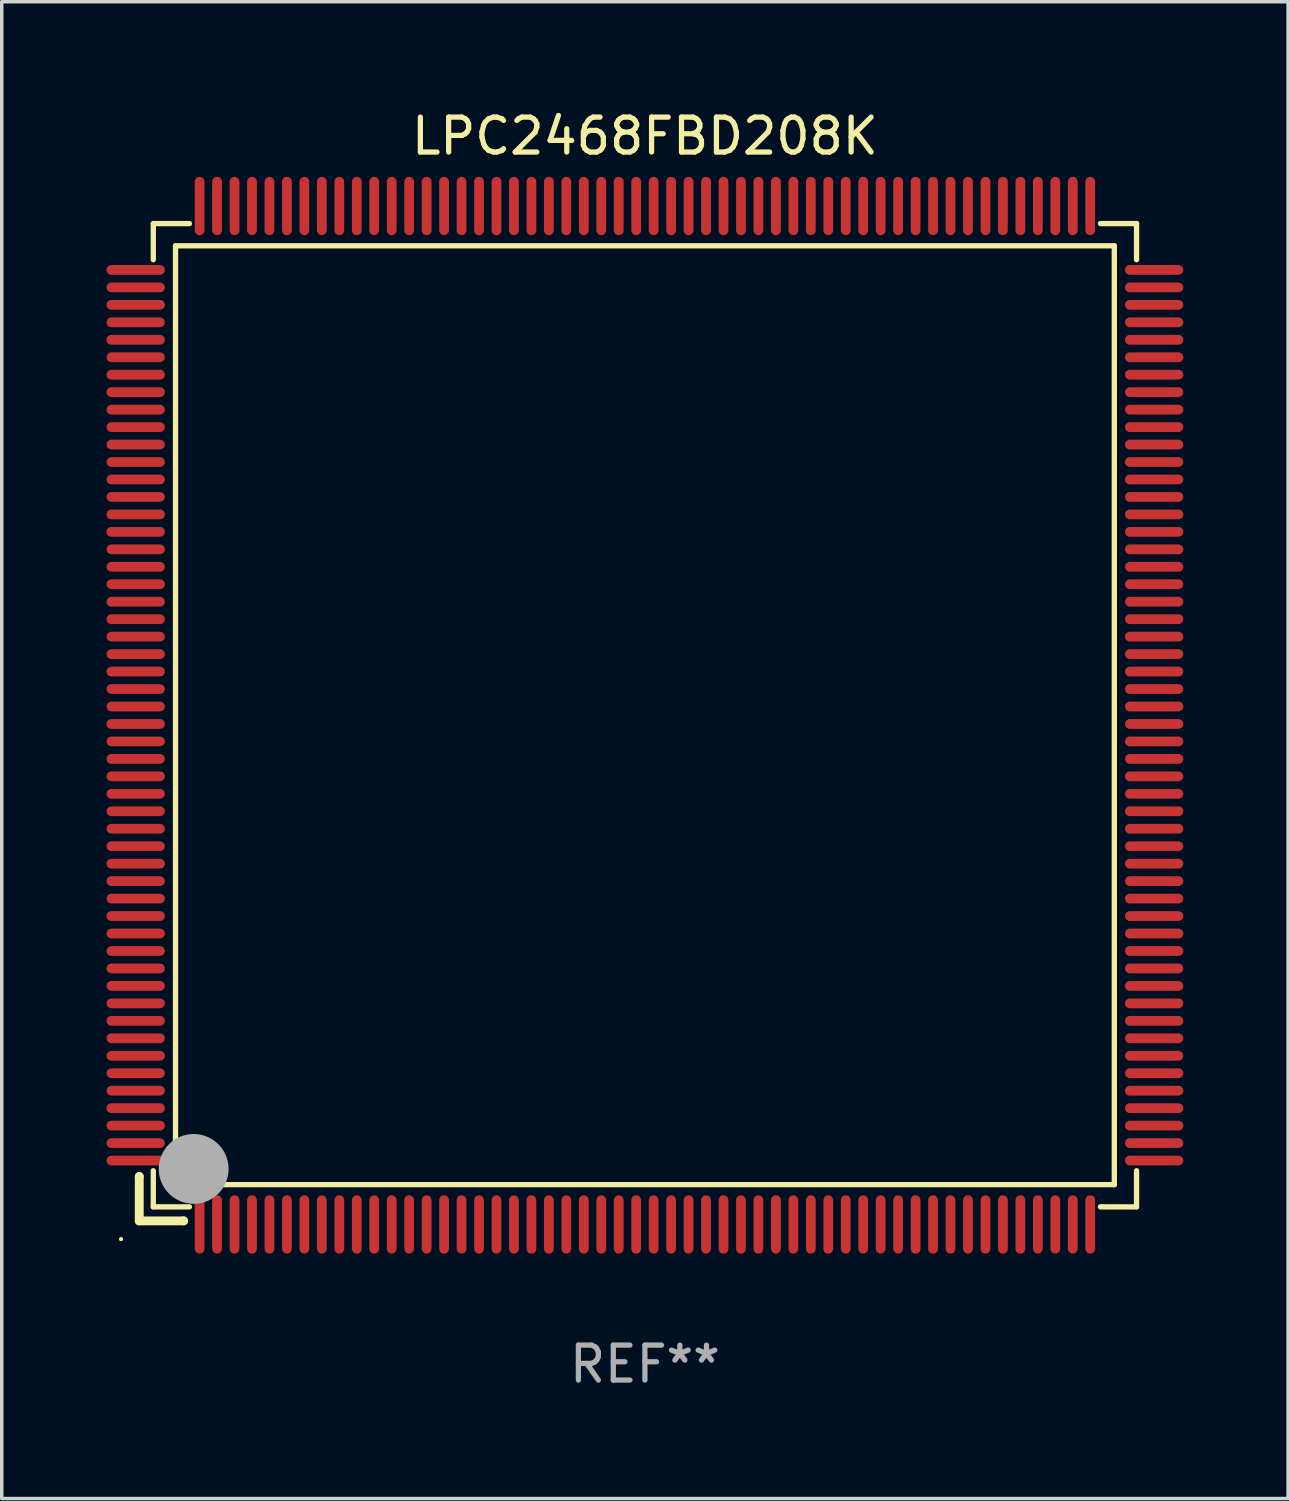
<source format=kicad_pcb>
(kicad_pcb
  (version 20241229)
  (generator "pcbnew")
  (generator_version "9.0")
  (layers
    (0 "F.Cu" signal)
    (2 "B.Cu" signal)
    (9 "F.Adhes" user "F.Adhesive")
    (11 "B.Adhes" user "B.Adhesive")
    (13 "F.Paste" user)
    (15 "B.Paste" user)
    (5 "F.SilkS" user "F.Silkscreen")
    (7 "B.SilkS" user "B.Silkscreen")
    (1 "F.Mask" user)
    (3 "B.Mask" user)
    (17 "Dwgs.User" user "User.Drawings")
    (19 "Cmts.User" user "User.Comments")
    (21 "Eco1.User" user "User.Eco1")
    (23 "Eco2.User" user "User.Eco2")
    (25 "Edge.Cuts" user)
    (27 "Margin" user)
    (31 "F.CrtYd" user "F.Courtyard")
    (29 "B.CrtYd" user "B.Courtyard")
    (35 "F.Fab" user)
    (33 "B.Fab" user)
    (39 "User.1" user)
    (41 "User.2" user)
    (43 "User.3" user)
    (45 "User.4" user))
  (footprint "LPC2468FBD208K"
    (layer "F.Cu")
    (at 15.415 17.428)
    (property "Reference" "LPC2468FBD208K" (at 0 -16.58 0) (layer "F.SilkS") (effects (font (size 1 1) (thickness 0.15))))
    (attr through_hole)
    (fp_line (start -14.478 13.208) (end -14.478 13.208) (stroke (width 0.254) (type solid)) (layer "F.SilkS"))
    (fp_line (start -14.478 13.208) (end -14.478 14.478) (stroke (width 0.254) (type solid)) (layer "F.SilkS"))
    (fp_line (start -14.478 14.478) (end -13.208 14.478) (stroke (width 0.254) (type solid)) (layer "F.SilkS"))
    (fp_line (start -14.076 -14.076) (end -14.076 -13.042) (stroke (width 0.152) (type solid)) (layer "F.SilkS"))
    (fp_line (start -14.076 14.076) (end -14.076 13.042) (stroke (width 0.152) (type solid)) (layer "F.SilkS"))
    (fp_line (start -13.44 -13.44) (end 13.44 -13.44) (stroke (width 0.152) (type solid)) (layer "F.SilkS"))
    (fp_line (start -13.44 13.44) (end -13.44 -13.44) (stroke (width 0.152) (type solid)) (layer "F.SilkS"))
    (fp_line (start -13.208 14.478) (end -13.208 14.478) (stroke (width 0.254) (type solid)) (layer "F.SilkS"))
    (fp_line (start -13.042 -14.076) (end -14.076 -14.076) (stroke (width 0.152) (type solid)) (layer "F.SilkS"))
    (fp_line (start -13.042 14.076) (end -14.076 14.076) (stroke (width 0.152) (type solid)) (layer "F.SilkS"))
    (fp_line (start 13.042 -14.076) (end 14.076 -14.076) (stroke (width 0.152) (type solid)) (layer "F.SilkS"))
    (fp_line (start 13.042 14.076) (end 14.076 14.076) (stroke (width 0.152) (type solid)) (layer "F.SilkS"))
    (fp_line (start 13.44 -13.44) (end 13.44 13.44) (stroke (width 0.152) (type solid)) (layer "F.SilkS"))
    (fp_line (start 13.44 13.44) (end -13.44 13.44) (stroke (width 0.152) (type solid)) (layer "F.SilkS"))
    (fp_line (start 14.076 -14.076) (end 14.076 -13.042) (stroke (width 0.152) (type solid)) (layer "F.SilkS"))
    (fp_line (start 14.076 14.076) (end 14.076 13.042) (stroke (width 0.152) (type solid)) (layer "F.SilkS"))
    (fp_circle (center -15 15) (end -14.97 15) (stroke (width 0.06) (type solid)) (fill no) (layer "F.SilkS"))
    (fp_circle (center -13.138 13.138) (end -13.063 13.138) (stroke (width 0.15) (type solid)) (fill no) (layer "F.SilkS"))
    (fp_circle (center -12.92 12.99) (end -12.42 12.99) (stroke (width 1) (type solid)) (fill no) (layer "F.Fab"))
    (fp_text user "REF**" (at 0 18.58 0) (layer "F.Fab") (effects (font (size 1 1) (thickness 0.15))))
    (pad "1" smd oval (at -12.75 14.58) (size 0.28 1.67) (layers "F.Cu" "F.Mask" "F.Paste"))
    (pad "2" smd oval (at -12.25 14.58) (size 0.28 1.67) (layers "F.Cu" "F.Mask" "F.Paste"))
    (pad "3" smd oval (at -11.75 14.58) (size 0.28 1.67) (layers "F.Cu" "F.Mask" "F.Paste"))
    (pad "4" smd oval (at -11.25 14.58) (size 0.28 1.67) (layers "F.Cu" "F.Mask" "F.Paste"))
    (pad "5" smd oval (at -10.75 14.58) (size 0.28 1.67) (layers "F.Cu" "F.Mask" "F.Paste"))
    (pad "6" smd oval (at -10.25 14.58) (size 0.28 1.67) (layers "F.Cu" "F.Mask" "F.Paste"))
    (pad "7" smd oval (at -9.75 14.58) (size 0.28 1.67) (layers "F.Cu" "F.Mask" "F.Paste"))
    (pad "8" smd oval (at -9.25 14.58) (size 0.28 1.67) (layers "F.Cu" "F.Mask" "F.Paste"))
    (pad "9" smd oval (at -8.75 14.58) (size 0.28 1.67) (layers "F.Cu" "F.Mask" "F.Paste"))
    (pad "10" smd oval (at -8.25 14.58) (size 0.28 1.67) (layers "F.Cu" "F.Mask" "F.Paste"))
    (pad "11" smd oval (at -7.75 14.58) (size 0.28 1.67) (layers "F.Cu" "F.Mask" "F.Paste"))
    (pad "12" smd oval (at -7.25 14.58) (size 0.28 1.67) (layers "F.Cu" "F.Mask" "F.Paste"))
    (pad "13" smd oval (at -6.75 14.58) (size 0.28 1.67) (layers "F.Cu" "F.Mask" "F.Paste"))
    (pad "14" smd oval (at -6.25 14.58) (size 0.28 1.67) (layers "F.Cu" "F.Mask" "F.Paste"))
    (pad "15" smd oval (at -5.75 14.58) (size 0.28 1.67) (layers "F.Cu" "F.Mask" "F.Paste"))
    (pad "16" smd oval (at -5.25 14.58) (size 0.28 1.67) (layers "F.Cu" "F.Mask" "F.Paste"))
    (pad "17" smd oval (at -4.75 14.58) (size 0.28 1.67) (layers "F.Cu" "F.Mask" "F.Paste"))
    (pad "18" smd oval (at -4.25 14.58) (size 0.28 1.67) (layers "F.Cu" "F.Mask" "F.Paste"))
    (pad "19" smd oval (at -3.75 14.58) (size 0.28 1.67) (layers "F.Cu" "F.Mask" "F.Paste"))
    (pad "20" smd oval (at -3.25 14.58) (size 0.28 1.67) (layers "F.Cu" "F.Mask" "F.Paste"))
    (pad "21" smd oval (at -2.75 14.58) (size 0.28 1.67) (layers "F.Cu" "F.Mask" "F.Paste"))
    (pad "22" smd oval (at -2.25 14.58) (size 0.28 1.67) (layers "F.Cu" "F.Mask" "F.Paste"))
    (pad "23" smd oval (at -1.75 14.58) (size 0.28 1.67) (layers "F.Cu" "F.Mask" "F.Paste"))
    (pad "24" smd oval (at -1.25 14.58) (size 0.28 1.67) (layers "F.Cu" "F.Mask" "F.Paste"))
    (pad "25" smd oval (at -0.75 14.58) (size 0.28 1.67) (layers "F.Cu" "F.Mask" "F.Paste"))
    (pad "26" smd oval (at -0.25 14.58) (size 0.28 1.67) (layers "F.Cu" "F.Mask" "F.Paste"))
    (pad "27" smd oval (at 0.25 14.58) (size 0.28 1.67) (layers "F.Cu" "F.Mask" "F.Paste"))
    (pad "28" smd oval (at 0.75 14.58) (size 0.28 1.67) (layers "F.Cu" "F.Mask" "F.Paste"))
    (pad "29" smd oval (at 1.25 14.58) (size 0.28 1.67) (layers "F.Cu" "F.Mask" "F.Paste"))
    (pad "30" smd oval (at 1.75 14.58) (size 0.28 1.67) (layers "F.Cu" "F.Mask" "F.Paste"))
    (pad "31" smd oval (at 2.25 14.58) (size 0.28 1.67) (layers "F.Cu" "F.Mask" "F.Paste"))
    (pad "32" smd oval (at 2.75 14.58) (size 0.28 1.67) (layers "F.Cu" "F.Mask" "F.Paste"))
    (pad "33" smd oval (at 3.25 14.58) (size 0.28 1.67) (layers "F.Cu" "F.Mask" "F.Paste"))
    (pad "34" smd oval (at 3.75 14.58) (size 0.28 1.67) (layers "F.Cu" "F.Mask" "F.Paste"))
    (pad "35" smd oval (at 4.25 14.58) (size 0.28 1.67) (layers "F.Cu" "F.Mask" "F.Paste"))
    (pad "36" smd oval (at 4.75 14.58) (size 0.28 1.67) (layers "F.Cu" "F.Mask" "F.Paste"))
    (pad "37" smd oval (at 5.25 14.58) (size 0.28 1.67) (layers "F.Cu" "F.Mask" "F.Paste"))
    (pad "38" smd oval (at 5.75 14.58) (size 0.28 1.67) (layers "F.Cu" "F.Mask" "F.Paste"))
    (pad "39" smd oval (at 6.25 14.58) (size 0.28 1.67) (layers "F.Cu" "F.Mask" "F.Paste"))
    (pad "40" smd oval (at 6.75 14.58) (size 0.28 1.67) (layers "F.Cu" "F.Mask" "F.Paste"))
    (pad "41" smd oval (at 7.25 14.58) (size 0.28 1.67) (layers "F.Cu" "F.Mask" "F.Paste"))
    (pad "42" smd oval (at 7.75 14.58) (size 0.28 1.67) (layers "F.Cu" "F.Mask" "F.Paste"))
    (pad "43" smd oval (at 8.25 14.58) (size 0.28 1.67) (layers "F.Cu" "F.Mask" "F.Paste"))
    (pad "44" smd oval (at 8.75 14.58) (size 0.28 1.67) (layers "F.Cu" "F.Mask" "F.Paste"))
    (pad "45" smd oval (at 9.25 14.58) (size 0.28 1.67) (layers "F.Cu" "F.Mask" "F.Paste"))
    (pad "46" smd oval (at 9.75 14.58) (size 0.28 1.67) (layers "F.Cu" "F.Mask" "F.Paste"))
    (pad "47" smd oval (at 10.25 14.58) (size 0.28 1.67) (layers "F.Cu" "F.Mask" "F.Paste"))
    (pad "48" smd oval (at 10.75 14.58) (size 0.28 1.67) (layers "F.Cu" "F.Mask" "F.Paste"))
    (pad "49" smd oval (at 11.25 14.58) (size 0.28 1.67) (layers "F.Cu" "F.Mask" "F.Paste"))
    (pad "50" smd oval (at 11.75 14.58) (size 0.28 1.67) (layers "F.Cu" "F.Mask" "F.Paste"))
    (pad "51" smd oval (at 12.25 14.58) (size 0.28 1.67) (layers "F.Cu" "F.Mask" "F.Paste"))
    (pad "52" smd oval (at 12.75 14.58) (size 0.28 1.67) (layers "F.Cu" "F.Mask" "F.Paste"))
    (pad "53" smd oval (at 14.58 12.75) (size 1.67 0.28) (layers "F.Cu" "F.Mask" "F.Paste"))
    (pad "54" smd oval (at 14.58 12.25) (size 1.67 0.28) (layers "F.Cu" "F.Mask" "F.Paste"))
    (pad "55" smd oval (at 14.58 11.75) (size 1.67 0.28) (layers "F.Cu" "F.Mask" "F.Paste"))
    (pad "56" smd oval (at 14.58 11.25) (size 1.67 0.28) (layers "F.Cu" "F.Mask" "F.Paste"))
    (pad "57" smd oval (at 14.58 10.75) (size 1.67 0.28) (layers "F.Cu" "F.Mask" "F.Paste"))
    (pad "58" smd oval (at 14.58 10.25) (size 1.67 0.28) (layers "F.Cu" "F.Mask" "F.Paste"))
    (pad "59" smd oval (at 14.58 9.75) (size 1.67 0.28) (layers "F.Cu" "F.Mask" "F.Paste"))
    (pad "60" smd oval (at 14.58 9.25) (size 1.67 0.28) (layers "F.Cu" "F.Mask" "F.Paste"))
    (pad "61" smd oval (at 14.58 8.75) (size 1.67 0.28) (layers "F.Cu" "F.Mask" "F.Paste"))
    (pad "62" smd oval (at 14.58 8.25) (size 1.67 0.28) (layers "F.Cu" "F.Mask" "F.Paste"))
    (pad "63" smd oval (at 14.58 7.75) (size 1.67 0.28) (layers "F.Cu" "F.Mask" "F.Paste"))
    (pad "64" smd oval (at 14.58 7.25) (size 1.67 0.28) (layers "F.Cu" "F.Mask" "F.Paste"))
    (pad "65" smd oval (at 14.58 6.75) (size 1.67 0.28) (layers "F.Cu" "F.Mask" "F.Paste"))
    (pad "66" smd oval (at 14.58 6.25) (size 1.67 0.28) (layers "F.Cu" "F.Mask" "F.Paste"))
    (pad "67" smd oval (at 14.58 5.75) (size 1.67 0.28) (layers "F.Cu" "F.Mask" "F.Paste"))
    (pad "68" smd oval (at 14.58 5.25) (size 1.67 0.28) (layers "F.Cu" "F.Mask" "F.Paste"))
    (pad "69" smd oval (at 14.58 4.75) (size 1.67 0.28) (layers "F.Cu" "F.Mask" "F.Paste"))
    (pad "70" smd oval (at 14.58 4.25) (size 1.67 0.28) (layers "F.Cu" "F.Mask" "F.Paste"))
    (pad "71" smd oval (at 14.58 3.75) (size 1.67 0.28) (layers "F.Cu" "F.Mask" "F.Paste"))
    (pad "72" smd oval (at 14.58 3.25) (size 1.67 0.28) (layers "F.Cu" "F.Mask" "F.Paste"))
    (pad "73" smd oval (at 14.58 2.75) (size 1.67 0.28) (layers "F.Cu" "F.Mask" "F.Paste"))
    (pad "74" smd oval (at 14.58 2.25) (size 1.67 0.28) (layers "F.Cu" "F.Mask" "F.Paste"))
    (pad "75" smd oval (at 14.58 1.75) (size 1.67 0.28) (layers "F.Cu" "F.Mask" "F.Paste"))
    (pad "76" smd oval (at 14.58 1.25) (size 1.67 0.28) (layers "F.Cu" "F.Mask" "F.Paste"))
    (pad "77" smd oval (at 14.58 0.75) (size 1.67 0.28) (layers "F.Cu" "F.Mask" "F.Paste"))
    (pad "78" smd oval (at 14.58 0.25) (size 1.67 0.28) (layers "F.Cu" "F.Mask" "F.Paste"))
    (pad "79" smd oval (at 14.58 -0.25) (size 1.67 0.28) (layers "F.Cu" "F.Mask" "F.Paste"))
    (pad "80" smd oval (at 14.58 -0.75) (size 1.67 0.28) (layers "F.Cu" "F.Mask" "F.Paste"))
    (pad "81" smd oval (at 14.58 -1.25) (size 1.67 0.28) (layers "F.Cu" "F.Mask" "F.Paste"))
    (pad "82" smd oval (at 14.58 -1.75) (size 1.67 0.28) (layers "F.Cu" "F.Mask" "F.Paste"))
    (pad "83" smd oval (at 14.58 -2.25) (size 1.67 0.28) (layers "F.Cu" "F.Mask" "F.Paste"))
    (pad "84" smd oval (at 14.58 -2.75) (size 1.67 0.28) (layers "F.Cu" "F.Mask" "F.Paste"))
    (pad "85" smd oval (at 14.58 -3.25) (size 1.67 0.28) (layers "F.Cu" "F.Mask" "F.Paste"))
    (pad "86" smd oval (at 14.58 -3.75) (size 1.67 0.28) (layers "F.Cu" "F.Mask" "F.Paste"))
    (pad "87" smd oval (at 14.58 -4.25) (size 1.67 0.28) (layers "F.Cu" "F.Mask" "F.Paste"))
    (pad "88" smd oval (at 14.58 -4.75) (size 1.67 0.28) (layers "F.Cu" "F.Mask" "F.Paste"))
    (pad "89" smd oval (at 14.58 -5.25) (size 1.67 0.28) (layers "F.Cu" "F.Mask" "F.Paste"))
    (pad "90" smd oval (at 14.58 -5.75) (size 1.67 0.28) (layers "F.Cu" "F.Mask" "F.Paste"))
    (pad "91" smd oval (at 14.58 -6.25) (size 1.67 0.28) (layers "F.Cu" "F.Mask" "F.Paste"))
    (pad "92" smd oval (at 14.58 -6.75) (size 1.67 0.28) (layers "F.Cu" "F.Mask" "F.Paste"))
    (pad "93" smd oval (at 14.58 -7.25) (size 1.67 0.28) (layers "F.Cu" "F.Mask" "F.Paste"))
    (pad "94" smd oval (at 14.58 -7.75) (size 1.67 0.28) (layers "F.Cu" "F.Mask" "F.Paste"))
    (pad "95" smd oval (at 14.58 -8.25) (size 1.67 0.28) (layers "F.Cu" "F.Mask" "F.Paste"))
    (pad "96" smd oval (at 14.58 -8.75) (size 1.67 0.28) (layers "F.Cu" "F.Mask" "F.Paste"))
    (pad "97" smd oval (at 14.58 -9.25) (size 1.67 0.28) (layers "F.Cu" "F.Mask" "F.Paste"))
    (pad "98" smd oval (at 14.58 -9.75) (size 1.67 0.28) (layers "F.Cu" "F.Mask" "F.Paste"))
    (pad "99" smd oval (at 14.58 -10.25) (size 1.67 0.28) (layers "F.Cu" "F.Mask" "F.Paste"))
    (pad "100" smd oval (at 14.58 -10.75) (size 1.67 0.28) (layers "F.Cu" "F.Mask" "F.Paste"))
    (pad "101" smd oval (at 14.58 -11.25) (size 1.67 0.28) (layers "F.Cu" "F.Mask" "F.Paste"))
    (pad "102" smd oval (at 14.58 -11.75) (size 1.67 0.28) (layers "F.Cu" "F.Mask" "F.Paste"))
    (pad "103" smd oval (at 14.58 -12.25) (size 1.67 0.28) (layers "F.Cu" "F.Mask" "F.Paste"))
    (pad "104" smd oval (at 14.58 -12.75) (size 1.67 0.28) (layers "F.Cu" "F.Mask" "F.Paste"))
    (pad "105" smd oval (at 12.75 -14.58) (size 0.28 1.67) (layers "F.Cu" "F.Mask" "F.Paste"))
    (pad "106" smd oval (at 12.25 -14.58) (size 0.28 1.67) (layers "F.Cu" "F.Mask" "F.Paste"))
    (pad "107" smd oval (at 11.75 -14.58) (size 0.28 1.67) (layers "F.Cu" "F.Mask" "F.Paste"))
    (pad "108" smd oval (at 11.25 -14.58) (size 0.28 1.67) (layers "F.Cu" "F.Mask" "F.Paste"))
    (pad "109" smd oval (at 10.75 -14.58) (size 0.28 1.67) (layers "F.Cu" "F.Mask" "F.Paste"))
    (pad "110" smd oval (at 10.25 -14.58) (size 0.28 1.67) (layers "F.Cu" "F.Mask" "F.Paste"))
    (pad "111" smd oval (at 9.75 -14.58) (size 0.28 1.67) (layers "F.Cu" "F.Mask" "F.Paste"))
    (pad "112" smd oval (at 9.25 -14.58) (size 0.28 1.67) (layers "F.Cu" "F.Mask" "F.Paste"))
    (pad "113" smd oval (at 8.75 -14.58) (size 0.28 1.67) (layers "F.Cu" "F.Mask" "F.Paste"))
    (pad "114" smd oval (at 8.25 -14.58) (size 0.28 1.67) (layers "F.Cu" "F.Mask" "F.Paste"))
    (pad "115" smd oval (at 7.75 -14.58) (size 0.28 1.67) (layers "F.Cu" "F.Mask" "F.Paste"))
    (pad "116" smd oval (at 7.25 -14.58) (size 0.28 1.67) (layers "F.Cu" "F.Mask" "F.Paste"))
    (pad "117" smd oval (at 6.75 -14.58) (size 0.28 1.67) (layers "F.Cu" "F.Mask" "F.Paste"))
    (pad "118" smd oval (at 6.25 -14.58) (size 0.28 1.67) (layers "F.Cu" "F.Mask" "F.Paste"))
    (pad "119" smd oval (at 5.75 -14.58) (size 0.28 1.67) (layers "F.Cu" "F.Mask" "F.Paste"))
    (pad "120" smd oval (at 5.25 -14.58) (size 0.28 1.67) (layers "F.Cu" "F.Mask" "F.Paste"))
    (pad "121" smd oval (at 4.75 -14.58) (size 0.28 1.67) (layers "F.Cu" "F.Mask" "F.Paste"))
    (pad "122" smd oval (at 4.25 -14.58) (size 0.28 1.67) (layers "F.Cu" "F.Mask" "F.Paste"))
    (pad "123" smd oval (at 3.75 -14.58) (size 0.28 1.67) (layers "F.Cu" "F.Mask" "F.Paste"))
    (pad "124" smd oval (at 3.25 -14.58) (size 0.28 1.67) (layers "F.Cu" "F.Mask" "F.Paste"))
    (pad "125" smd oval (at 2.75 -14.58) (size 0.28 1.67) (layers "F.Cu" "F.Mask" "F.Paste"))
    (pad "126" smd oval (at 2.25 -14.58) (size 0.28 1.67) (layers "F.Cu" "F.Mask" "F.Paste"))
    (pad "127" smd oval (at 1.75 -14.58) (size 0.28 1.67) (layers "F.Cu" "F.Mask" "F.Paste"))
    (pad "128" smd oval (at 1.25 -14.58) (size 0.28 1.67) (layers "F.Cu" "F.Mask" "F.Paste"))
    (pad "129" smd oval (at 0.75 -14.58) (size 0.28 1.67) (layers "F.Cu" "F.Mask" "F.Paste"))
    (pad "130" smd oval (at 0.25 -14.58) (size 0.28 1.67) (layers "F.Cu" "F.Mask" "F.Paste"))
    (pad "131" smd oval (at -0.25 -14.58) (size 0.28 1.67) (layers "F.Cu" "F.Mask" "F.Paste"))
    (pad "132" smd oval (at -0.75 -14.58) (size 0.28 1.67) (layers "F.Cu" "F.Mask" "F.Paste"))
    (pad "133" smd oval (at -1.25 -14.58) (size 0.28 1.67) (layers "F.Cu" "F.Mask" "F.Paste"))
    (pad "134" smd oval (at -1.75 -14.58) (size 0.28 1.67) (layers "F.Cu" "F.Mask" "F.Paste"))
    (pad "135" smd oval (at -2.25 -14.58) (size 0.28 1.67) (layers "F.Cu" "F.Mask" "F.Paste"))
    (pad "136" smd oval (at -2.75 -14.58) (size 0.28 1.67) (layers "F.Cu" "F.Mask" "F.Paste"))
    (pad "137" smd oval (at -3.25 -14.58) (size 0.28 1.67) (layers "F.Cu" "F.Mask" "F.Paste"))
    (pad "138" smd oval (at -3.75 -14.58) (size 0.28 1.67) (layers "F.Cu" "F.Mask" "F.Paste"))
    (pad "139" smd oval (at -4.25 -14.58) (size 0.28 1.67) (layers "F.Cu" "F.Mask" "F.Paste"))
    (pad "140" smd oval (at -4.75 -14.58) (size 0.28 1.67) (layers "F.Cu" "F.Mask" "F.Paste"))
    (pad "141" smd oval (at -5.25 -14.58) (size 0.28 1.67) (layers "F.Cu" "F.Mask" "F.Paste"))
    (pad "142" smd oval (at -5.75 -14.58) (size 0.28 1.67) (layers "F.Cu" "F.Mask" "F.Paste"))
    (pad "143" smd oval (at -6.25 -14.58) (size 0.28 1.67) (layers "F.Cu" "F.Mask" "F.Paste"))
    (pad "144" smd oval (at -6.75 -14.58) (size 0.28 1.67) (layers "F.Cu" "F.Mask" "F.Paste"))
    (pad "145" smd oval (at -7.25 -14.58) (size 0.28 1.67) (layers "F.Cu" "F.Mask" "F.Paste"))
    (pad "146" smd oval (at -7.75 -14.58) (size 0.28 1.67) (layers "F.Cu" "F.Mask" "F.Paste"))
    (pad "147" smd oval (at -8.25 -14.58) (size 0.28 1.67) (layers "F.Cu" "F.Mask" "F.Paste"))
    (pad "148" smd oval (at -8.75 -14.58) (size 0.28 1.67) (layers "F.Cu" "F.Mask" "F.Paste"))
    (pad "149" smd oval (at -9.25 -14.58) (size 0.28 1.67) (layers "F.Cu" "F.Mask" "F.Paste"))
    (pad "150" smd oval (at -9.75 -14.58) (size 0.28 1.67) (layers "F.Cu" "F.Mask" "F.Paste"))
    (pad "151" smd oval (at -10.25 -14.58) (size 0.28 1.67) (layers "F.Cu" "F.Mask" "F.Paste"))
    (pad "152" smd oval (at -10.75 -14.58) (size 0.28 1.67) (layers "F.Cu" "F.Mask" "F.Paste"))
    (pad "153" smd oval (at -11.25 -14.58) (size 0.28 1.67) (layers "F.Cu" "F.Mask" "F.Paste"))
    (pad "154" smd oval (at -11.75 -14.58) (size 0.28 1.67) (layers "F.Cu" "F.Mask" "F.Paste"))
    (pad "155" smd oval (at -12.25 -14.58) (size 0.28 1.67) (layers "F.Cu" "F.Mask" "F.Paste"))
    (pad "156" smd oval (at -12.75 -14.58) (size 0.28 1.67) (layers "F.Cu" "F.Mask" "F.Paste"))
    (pad "157" smd oval (at -14.58 -12.75) (size 1.67 0.28) (layers "F.Cu" "F.Mask" "F.Paste"))
    (pad "158" smd oval (at -14.58 -12.25) (size 1.67 0.28) (layers "F.Cu" "F.Mask" "F.Paste"))
    (pad "159" smd oval (at -14.58 -11.75) (size 1.67 0.28) (layers "F.Cu" "F.Mask" "F.Paste"))
    (pad "160" smd oval (at -14.58 -11.25) (size 1.67 0.28) (layers "F.Cu" "F.Mask" "F.Paste"))
    (pad "161" smd oval (at -14.58 -10.75) (size 1.67 0.28) (layers "F.Cu" "F.Mask" "F.Paste"))
    (pad "162" smd oval (at -14.58 -10.25) (size 1.67 0.28) (layers "F.Cu" "F.Mask" "F.Paste"))
    (pad "163" smd oval (at -14.58 -9.75) (size 1.67 0.28) (layers "F.Cu" "F.Mask" "F.Paste"))
    (pad "164" smd oval (at -14.58 -9.25) (size 1.67 0.28) (layers "F.Cu" "F.Mask" "F.Paste"))
    (pad "165" smd oval (at -14.58 -8.75) (size 1.67 0.28) (layers "F.Cu" "F.Mask" "F.Paste"))
    (pad "166" smd oval (at -14.58 -8.25) (size 1.67 0.28) (layers "F.Cu" "F.Mask" "F.Paste"))
    (pad "167" smd oval (at -14.58 -7.75) (size 1.67 0.28) (layers "F.Cu" "F.Mask" "F.Paste"))
    (pad "168" smd oval (at -14.58 -7.25) (size 1.67 0.28) (layers "F.Cu" "F.Mask" "F.Paste"))
    (pad "169" smd oval (at -14.58 -6.75) (size 1.67 0.28) (layers "F.Cu" "F.Mask" "F.Paste"))
    (pad "170" smd oval (at -14.58 -6.25) (size 1.67 0.28) (layers "F.Cu" "F.Mask" "F.Paste"))
    (pad "171" smd oval (at -14.58 -5.75) (size 1.67 0.28) (layers "F.Cu" "F.Mask" "F.Paste"))
    (pad "172" smd oval (at -14.58 -5.25) (size 1.67 0.28) (layers "F.Cu" "F.Mask" "F.Paste"))
    (pad "173" smd oval (at -14.58 -4.75) (size 1.67 0.28) (layers "F.Cu" "F.Mask" "F.Paste"))
    (pad "174" smd oval (at -14.58 -4.25) (size 1.67 0.28) (layers "F.Cu" "F.Mask" "F.Paste"))
    (pad "175" smd oval (at -14.58 -3.75) (size 1.67 0.28) (layers "F.Cu" "F.Mask" "F.Paste"))
    (pad "176" smd oval (at -14.58 -3.25) (size 1.67 0.28) (layers "F.Cu" "F.Mask" "F.Paste"))
    (pad "177" smd oval (at -14.58 -2.75) (size 1.67 0.28) (layers "F.Cu" "F.Mask" "F.Paste"))
    (pad "178" smd oval (at -14.58 -2.25) (size 1.67 0.28) (layers "F.Cu" "F.Mask" "F.Paste"))
    (pad "179" smd oval (at -14.58 -1.75) (size 1.67 0.28) (layers "F.Cu" "F.Mask" "F.Paste"))
    (pad "180" smd oval (at -14.58 -1.25) (size 1.67 0.28) (layers "F.Cu" "F.Mask" "F.Paste"))
    (pad "181" smd oval (at -14.58 -0.75) (size 1.67 0.28) (layers "F.Cu" "F.Mask" "F.Paste"))
    (pad "182" smd oval (at -14.58 -0.25) (size 1.67 0.28) (layers "F.Cu" "F.Mask" "F.Paste"))
    (pad "183" smd oval (at -14.58 0.25) (size 1.67 0.28) (layers "F.Cu" "F.Mask" "F.Paste"))
    (pad "184" smd oval (at -14.58 0.75) (size 1.67 0.28) (layers "F.Cu" "F.Mask" "F.Paste"))
    (pad "185" smd oval (at -14.58 1.25) (size 1.67 0.28) (layers "F.Cu" "F.Mask" "F.Paste"))
    (pad "186" smd oval (at -14.58 1.75) (size 1.67 0.28) (layers "F.Cu" "F.Mask" "F.Paste"))
    (pad "187" smd oval (at -14.58 2.25) (size 1.67 0.28) (layers "F.Cu" "F.Mask" "F.Paste"))
    (pad "188" smd oval (at -14.58 2.75) (size 1.67 0.28) (layers "F.Cu" "F.Mask" "F.Paste"))
    (pad "189" smd oval (at -14.58 3.25) (size 1.67 0.28) (layers "F.Cu" "F.Mask" "F.Paste"))
    (pad "190" smd oval (at -14.58 3.75) (size 1.67 0.28) (layers "F.Cu" "F.Mask" "F.Paste"))
    (pad "191" smd oval (at -14.58 4.25) (size 1.67 0.28) (layers "F.Cu" "F.Mask" "F.Paste"))
    (pad "192" smd oval (at -14.58 4.75) (size 1.67 0.28) (layers "F.Cu" "F.Mask" "F.Paste"))
    (pad "193" smd oval (at -14.58 5.25) (size 1.67 0.28) (layers "F.Cu" "F.Mask" "F.Paste"))
    (pad "194" smd oval (at -14.58 5.75) (size 1.67 0.28) (layers "F.Cu" "F.Mask" "F.Paste"))
    (pad "195" smd oval (at -14.58 6.25) (size 1.67 0.28) (layers "F.Cu" "F.Mask" "F.Paste"))
    (pad "196" smd oval (at -14.58 6.75) (size 1.67 0.28) (layers "F.Cu" "F.Mask" "F.Paste"))
    (pad "197" smd oval (at -14.58 7.25) (size 1.67 0.28) (layers "F.Cu" "F.Mask" "F.Paste"))
    (pad "198" smd oval (at -14.58 7.75) (size 1.67 0.28) (layers "F.Cu" "F.Mask" "F.Paste"))
    (pad "199" smd oval (at -14.58 8.25) (size 1.67 0.28) (layers "F.Cu" "F.Mask" "F.Paste"))
    (pad "200" smd oval (at -14.58 8.75) (size 1.67 0.28) (layers "F.Cu" "F.Mask" "F.Paste"))
    (pad "201" smd oval (at -14.58 9.25) (size 1.67 0.28) (layers "F.Cu" "F.Mask" "F.Paste"))
    (pad "202" smd oval (at -14.58 9.75) (size 1.67 0.28) (layers "F.Cu" "F.Mask" "F.Paste"))
    (pad "203" smd oval (at -14.58 10.25) (size 1.67 0.28) (layers "F.Cu" "F.Mask" "F.Paste"))
    (pad "204" smd oval (at -14.58 10.75) (size 1.67 0.28) (layers "F.Cu" "F.Mask" "F.Paste"))
    (pad "205" smd oval (at -14.58 11.25) (size 1.67 0.28) (layers "F.Cu" "F.Mask" "F.Paste"))
    (pad "206" smd oval (at -14.58 11.75) (size 1.67 0.28) (layers "F.Cu" "F.Mask" "F.Paste"))
    (pad "207" smd oval (at -14.58 12.25) (size 1.67 0.28) (layers "F.Cu" "F.Mask" "F.Paste"))
    (pad "208" smd oval (at -14.58 12.75) (size 1.67 0.28) (layers "F.Cu" "F.Mask" "F.Paste")))
  (gr_rect
    (start -3 -3)
    (end 33.83 39.856)
    (stroke (width 0.1) (type default))
    (fill no)
    (layer "Edge.Cuts")))
</source>
